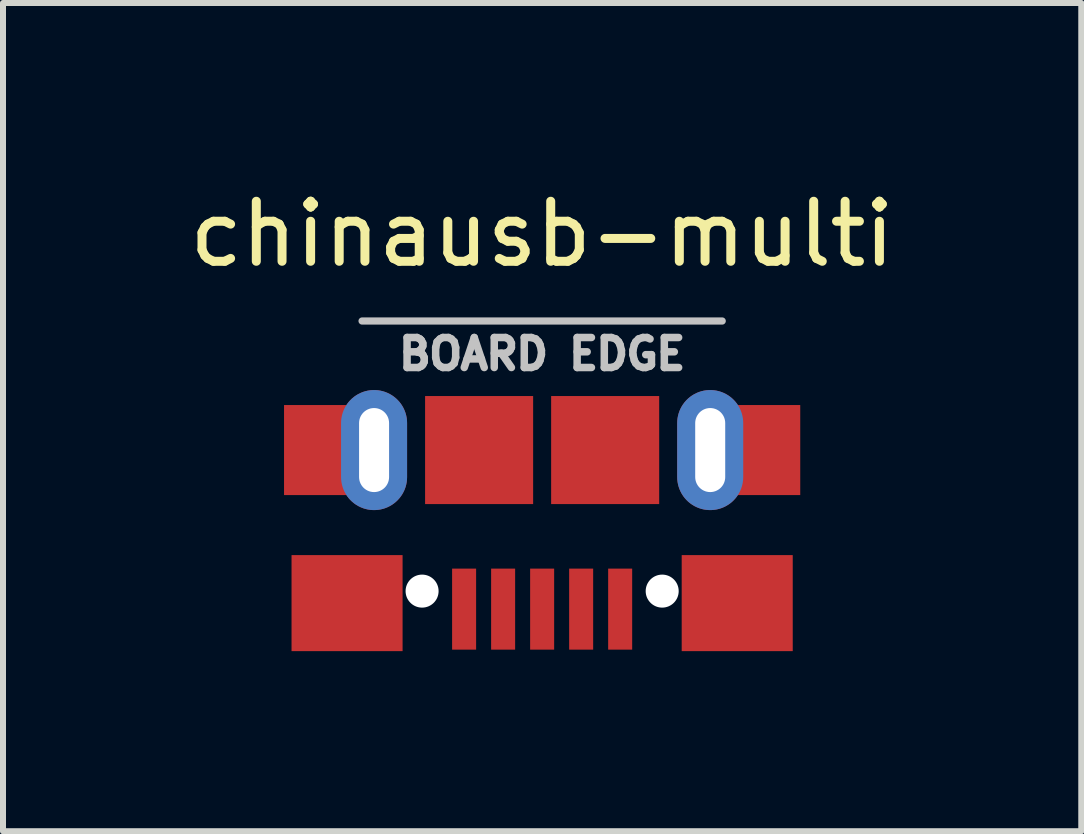
<source format=kicad_pcb>
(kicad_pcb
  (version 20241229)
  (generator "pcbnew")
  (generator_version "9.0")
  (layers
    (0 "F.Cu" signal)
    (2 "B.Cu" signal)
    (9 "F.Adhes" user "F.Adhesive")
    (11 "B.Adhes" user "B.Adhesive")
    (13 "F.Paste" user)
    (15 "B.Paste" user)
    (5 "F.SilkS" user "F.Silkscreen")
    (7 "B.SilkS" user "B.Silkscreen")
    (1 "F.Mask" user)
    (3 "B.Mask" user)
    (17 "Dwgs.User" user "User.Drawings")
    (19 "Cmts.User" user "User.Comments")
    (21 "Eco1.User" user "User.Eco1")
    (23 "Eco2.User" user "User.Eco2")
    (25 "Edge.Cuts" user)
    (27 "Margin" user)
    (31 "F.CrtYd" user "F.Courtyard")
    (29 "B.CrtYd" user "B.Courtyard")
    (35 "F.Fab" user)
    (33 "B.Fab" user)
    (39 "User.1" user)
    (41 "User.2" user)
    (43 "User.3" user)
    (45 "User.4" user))
  (footprint "chinausb-multi"
    (layer "F.Cu")
    (at 5.982 4.448)
    (property "Reference" "chinausb-multi" (at 0 -3.6 0) (layer "F.SilkS") (effects (font (size 1 1) (thickness 0.15))))
    (attr through_hole)
    (fp_line (start -3 -2.15) (end 3 -2.15) (stroke (width 0.12) (type solid)) (layer "Dwgs.User"))
    (fp_text user "BOARD EDGE" (at 0 -1.6 180) (layer "Dwgs.User") (effects (font (size 0.5 0.5) (thickness 0.125))))
    (pad "" np_thru_hole circle (at -2 2.35) (size 0.55 0.55) (drill 0.55) (layers "*.Cu" "*.Mask"))
    (pad "" np_thru_hole circle (at 2 2.35) (size 0.55 0.55) (drill 0.55) (layers "*.Cu" "*.Mask"))
    (pad "1" smd rect (at 1.3 2.65) (size 0.4 1.35) (layers "F.Cu" "F.Mask" "F.Paste"))
    (pad "2" smd rect (at 0.65 2.65) (size 0.4 1.35) (layers "F.Cu" "F.Mask" "F.Paste"))
    (pad "3" smd rect (at 0 2.65) (size 0.4 1.35) (layers "F.Cu" "F.Mask" "F.Paste"))
    (pad "4" smd rect (at -0.65 2.65) (size 0.4 1.35) (layers "F.Cu" "F.Mask" "F.Paste"))
    (pad "5" smd rect (at -1.3 2.65) (size 0.4 1.35) (layers "F.Cu" "F.Mask" "F.Paste"))
    (pad "6" smd rect (at -3.7 0) (size 1.2 1.5) (layers "F.Cu" "F.Mask" "F.Paste"))
    (pad "6" smd rect (at -3.25 2.55) (size 1.85 1.6) (layers "F.Cu" "F.Mask" "F.Paste"))
    (pad "6" thru_hole oval (at -2.8 0) (size 1.1 2) (drill oval 0.5 1.4) (layers "*.Cu" "*.Mask"))
    (pad "6" smd rect (at -1.05 0) (size 1.8 1.8) (layers "F.Cu" "F.Mask" "F.Paste"))
    (pad "6" smd rect (at 1.05 0) (size 1.8 1.8) (layers "F.Cu" "F.Mask" "F.Paste"))
    (pad "6" thru_hole oval (at 2.8 0) (size 1.1 2) (drill oval 0.5 1.4) (layers "*.Cu" "*.Mask"))
    (pad "6" smd rect (at 3.25 2.55) (size 1.85 1.6) (layers "F.Cu" "F.Mask" "F.Paste"))
    (pad "6" smd rect (at 3.7 0) (size 1.2 1.5) (layers "F.Cu" "F.Mask" "F.Paste")))
  (gr_rect
    (start -3 -3)
    (end 14.964 10.798)
    (stroke (width 0.1) (type default))
    (fill no)
    (layer "Edge.Cuts")))
</source>
